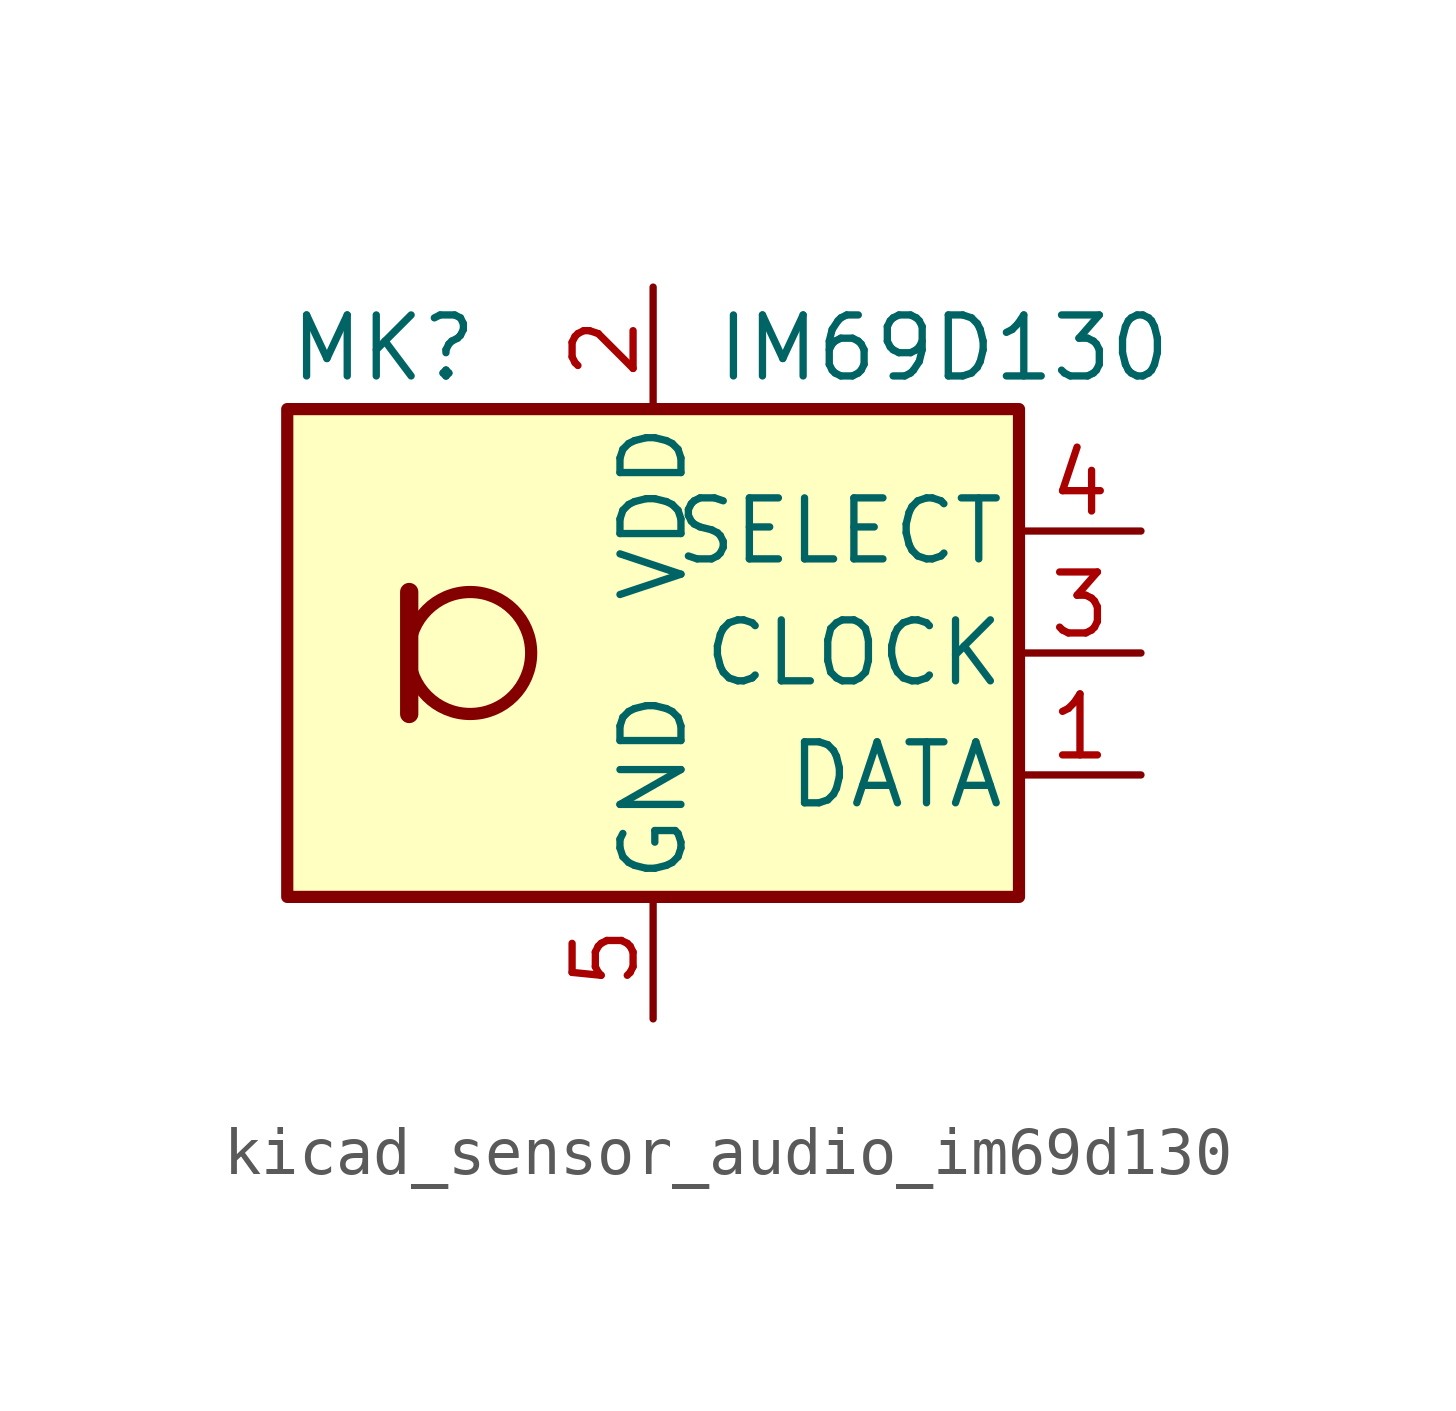
<source format=kicad_sym>
(kicad_symbol_lib
  (version 20220914)
  (generator kicad_symbol_editor)
  (symbol "kicad_sensor_audio_im69d130"
    (pin_names
      (offset 0.254))
    (property "Reference" "MK"
      (at -7.62 6.35 0)
      (effects (font (size 1.27 1.27)) (justify left)))
    (property "Value" "IM69D130"
      (at 1.27 6.35 0)
      (effects (font (size 1.27 1.27)) (justify left)))
    (symbol "kicad_sensor_audio_im69d130_0_1"
      (rectangle (start -7.62 5.08) (end 7.62 -5.08) (stroke (width 0.254) (type default)) (fill (type background)))
      (circle (center -3.81 0) (radius 1.27) (stroke (width 0.254) (type default)) (fill (type none)))
      (polyline (pts (xy -5.08 1.27) (xy -5.08 -1.27)) (stroke (width 0.381) (type default)) (fill (type none))))
    (symbol "kicad_sensor_audio_im69d130_1_1"
      (pin output line (at 10.16 -2.54 180) (length 2.54) (name "DATA" (effects (font (size 1.27 1.27)))) (number "1" (effects (font (size 1.27 1.27)))))
      (pin power_in line (at 0 7.62 270) (length 2.54) (name "VDD" (effects (font (size 1.27 1.27)))) (number "2" (effects (font (size 1.27 1.27)))))
      (pin input line (at 10.16 0 180) (length 2.54) (name "CLOCK" (effects (font (size 1.27 1.27)))) (number "3" (effects (font (size 1.27 1.27)))))
      (pin input line (at 10.16 2.54 180) (length 2.54) (name "SELECT" (effects (font (size 1.27 1.27)))) (number "4" (effects (font (size 1.27 1.27)))))
      (pin power_in line (at 0 -7.62 90) (length 2.54) (name "GND" (effects (font (size 1.27 1.27)))) (number "5" (effects (font (size 1.27 1.27))))))))
</source>
